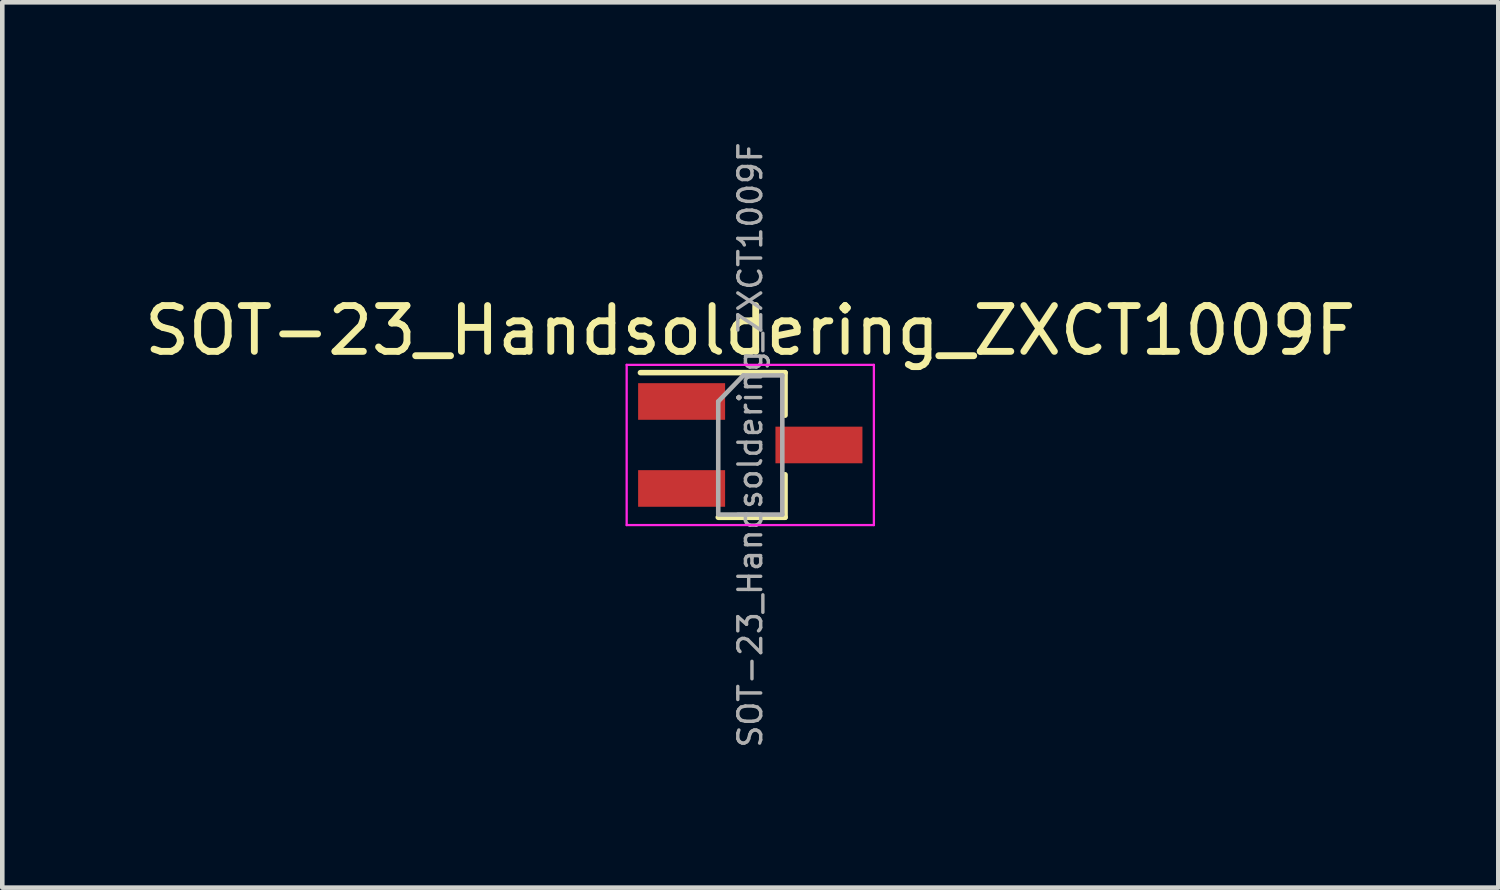
<source format=kicad_pcb>
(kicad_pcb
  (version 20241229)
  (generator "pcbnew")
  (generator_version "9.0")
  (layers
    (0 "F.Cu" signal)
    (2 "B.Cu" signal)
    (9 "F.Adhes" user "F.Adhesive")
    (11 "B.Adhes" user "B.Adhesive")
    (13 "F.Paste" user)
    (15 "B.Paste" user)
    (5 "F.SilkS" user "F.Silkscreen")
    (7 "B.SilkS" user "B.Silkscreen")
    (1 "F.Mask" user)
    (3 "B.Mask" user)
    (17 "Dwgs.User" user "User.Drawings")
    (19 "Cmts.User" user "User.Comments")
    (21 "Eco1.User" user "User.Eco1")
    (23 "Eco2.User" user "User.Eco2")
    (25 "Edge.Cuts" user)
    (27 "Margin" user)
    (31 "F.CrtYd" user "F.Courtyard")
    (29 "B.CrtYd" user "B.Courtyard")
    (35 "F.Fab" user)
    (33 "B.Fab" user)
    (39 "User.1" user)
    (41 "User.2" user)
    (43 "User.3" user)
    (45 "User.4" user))
  (footprint "SOT-23_Handsoldering_ZXCT1009F"
    (layer "F.Cu")
    (at 13.339 6.67)
    (property "Reference" "SOT-23_Handsoldering_ZXCT1009F" (at 0 -2.5 0) (layer "F.SilkS") (effects (font (size 1 1) (thickness 0.15))))
    (attr smd)
    (fp_line (start 0.76 -1.58) (end -2.4 -1.58) (stroke (width 0.12) (type solid)) (layer "F.SilkS"))
    (fp_line (start 0.76 -1.58) (end 0.76 -0.65) (stroke (width 0.12) (type solid)) (layer "F.SilkS"))
    (fp_line (start 0.76 1.58) (end -0.7 1.58) (stroke (width 0.12) (type solid)) (layer "F.SilkS"))
    (fp_line (start 0.76 1.58) (end 0.76 0.65) (stroke (width 0.12) (type solid)) (layer "F.SilkS"))
    (fp_line (start -2.7 -1.75) (end 2.7 -1.75) (stroke (width 0.05) (type solid)) (layer "F.CrtYd"))
    (fp_line (start -2.7 1.75) (end -2.7 -1.75) (stroke (width 0.05) (type solid)) (layer "F.CrtYd"))
    (fp_line (start 2.7 -1.75) (end 2.7 1.75) (stroke (width 0.05) (type solid)) (layer "F.CrtYd"))
    (fp_line (start 2.7 1.75) (end -2.7 1.75) (stroke (width 0.05) (type solid)) (layer "F.CrtYd"))
    (fp_line (start -0.7 -0.95) (end -0.7 1.5) (stroke (width 0.1) (type solid)) (layer "F.Fab"))
    (fp_line (start -0.7 -0.95) (end -0.15 -1.52) (stroke (width 0.1) (type solid)) (layer "F.Fab"))
    (fp_line (start -0.7 1.52) (end 0.7 1.52) (stroke (width 0.1) (type solid)) (layer "F.Fab"))
    (fp_line (start -0.15 -1.52) (end 0.7 -1.52) (stroke (width 0.1) (type solid)) (layer "F.Fab"))
    (fp_line (start 0.7 -1.52) (end 0.7 1.52) (stroke (width 0.1) (type solid)) (layer "F.Fab"))
    (fp_text user "${REFERENCE}" (at 0 0 90) (layer "F.Fab") (effects (font (size 0.5 0.5) (thickness 0.075))))
    (pad "1" smd rect (at 1.5 0) (size 1.9 0.8) (layers "F.Cu" "F.Mask" "F.Paste"))
    (pad "2" smd rect (at -1.5 0.95) (size 1.9 0.8) (layers "F.Cu" "F.Mask" "F.Paste"))
    (pad "3" smd rect (at -1.5 -0.95) (size 1.9 0.8) (layers "F.Cu" "F.Mask" "F.Paste")))
  (gr_rect
    (start -3 -3)
    (end 29.679 16.339)
    (stroke (width 0.1) (type default))
    (fill no)
    (layer "Edge.Cuts")))
</source>
